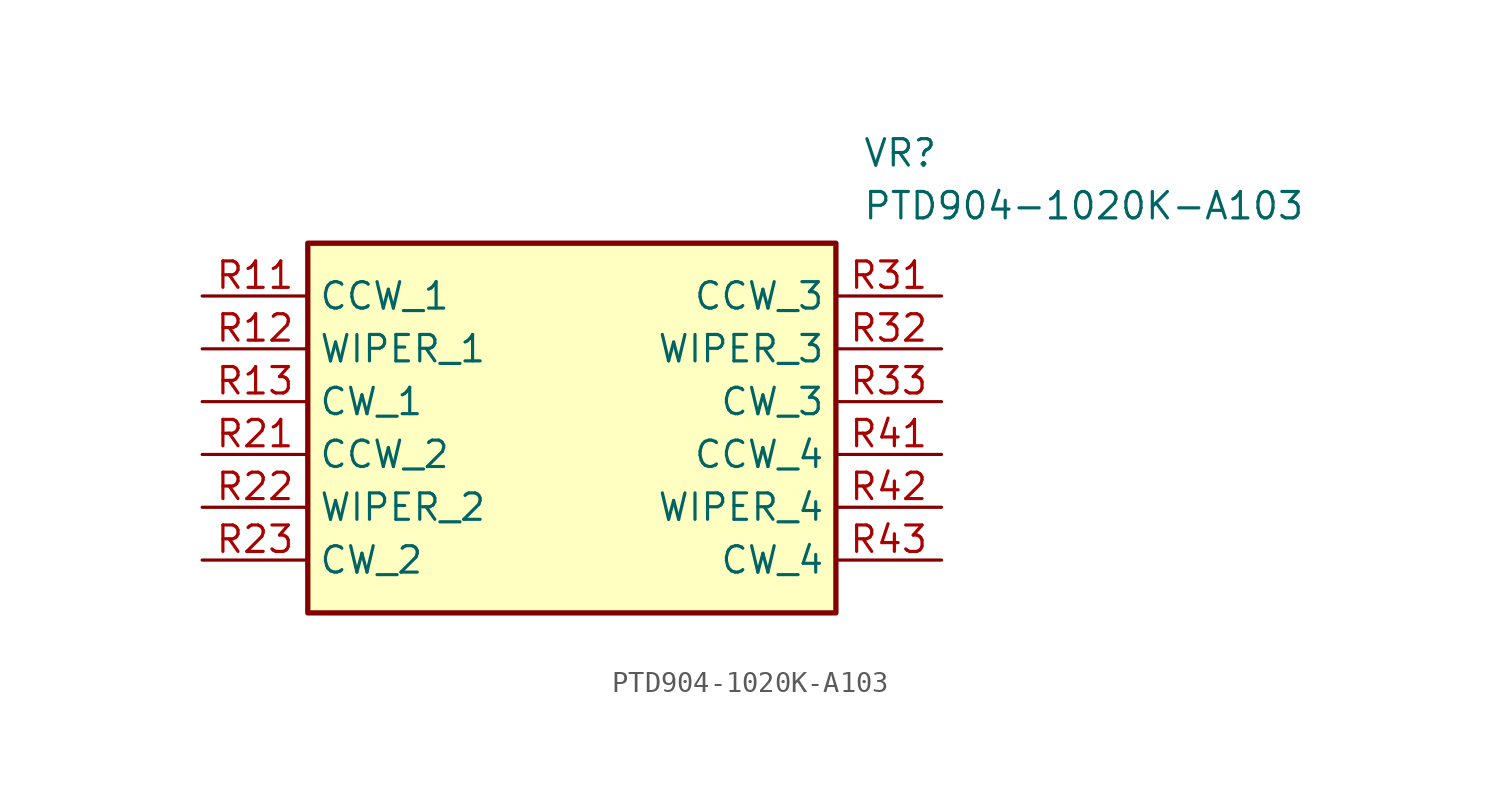
<source format=kicad_sym>
(kicad_symbol_lib
  (version 20211014)
  (generator SamacSys_ECAD_Model)
  (symbol "PTD904-1020K-A103"
    (property "Reference" "VR"
      (at 31.75 7.62 0)
      (effects (font (size 1.27 1.27)) (justify left top)))
    (property "Value" "PTD904-1020K-A103"
      (at 31.75 5.08 0)
      (effects (font (size 1.27 1.27)) (justify left top)))
    (rectangle
      (start 5.08 2.54)
      (end 30.48 -15.24)
      (stroke (width 0.254) (type default))
      (fill (type background)))
    (pin passive line
      (at 0 0 0)
      (length 5.08)
      (name "CCW_1" (effects (font (size 1.27 1.27))))
      (number "R11" (effects (font (size 1.27 1.27)))))
    (pin passive line
      (at 0 -2.54 0)
      (length 5.08)
      (name "WIPER_1" (effects (font (size 1.27 1.27))))
      (number "R12" (effects (font (size 1.27 1.27)))))
    (pin passive line
      (at 0 -5.08 0)
      (length 5.08)
      (name "CW_1" (effects (font (size 1.27 1.27))))
      (number "R13" (effects (font (size 1.27 1.27)))))
    (pin passive line
      (at 0 -7.62 0)
      (length 5.08)
      (name "CCW_2" (effects (font (size 1.27 1.27))))
      (number "R21" (effects (font (size 1.27 1.27)))))
    (pin passive line
      (at 0 -10.16 0)
      (length 5.08)
      (name "WIPER_2" (effects (font (size 1.27 1.27))))
      (number "R22" (effects (font (size 1.27 1.27)))))
    (pin passive line
      (at 0 -12.7 0)
      (length 5.08)
      (name "CW_2" (effects (font (size 1.27 1.27))))
      (number "R23" (effects (font (size 1.27 1.27)))))
    (pin passive line
      (at 35.56 0 180)
      (length 5.08)
      (name "CCW_3" (effects (font (size 1.27 1.27))))
      (number "R31" (effects (font (size 1.27 1.27)))))
    (pin passive line
      (at 35.56 -2.54 180)
      (length 5.08)
      (name "WIPER_3" (effects (font (size 1.27 1.27))))
      (number "R32" (effects (font (size 1.27 1.27)))))
    (pin passive line
      (at 35.56 -5.08 180)
      (length 5.08)
      (name "CW_3" (effects (font (size 1.27 1.27))))
      (number "R33" (effects (font (size 1.27 1.27)))))
    (pin passive line
      (at 35.56 -7.62 180)
      (length 5.08)
      (name "CCW_4" (effects (font (size 1.27 1.27))))
      (number "R41" (effects (font (size 1.27 1.27)))))
    (pin passive line
      (at 35.56 -10.16 180)
      (length 5.08)
      (name "WIPER_4" (effects (font (size 1.27 1.27))))
      (number "R42" (effects (font (size 1.27 1.27)))))
    (pin passive line
      (at 35.56 -12.7 180)
      (length 5.08)
      (name "CW_4" (effects (font (size 1.27 1.27))))
      (number "R43" (effects (font (size 1.27 1.27)))))))
</source>
